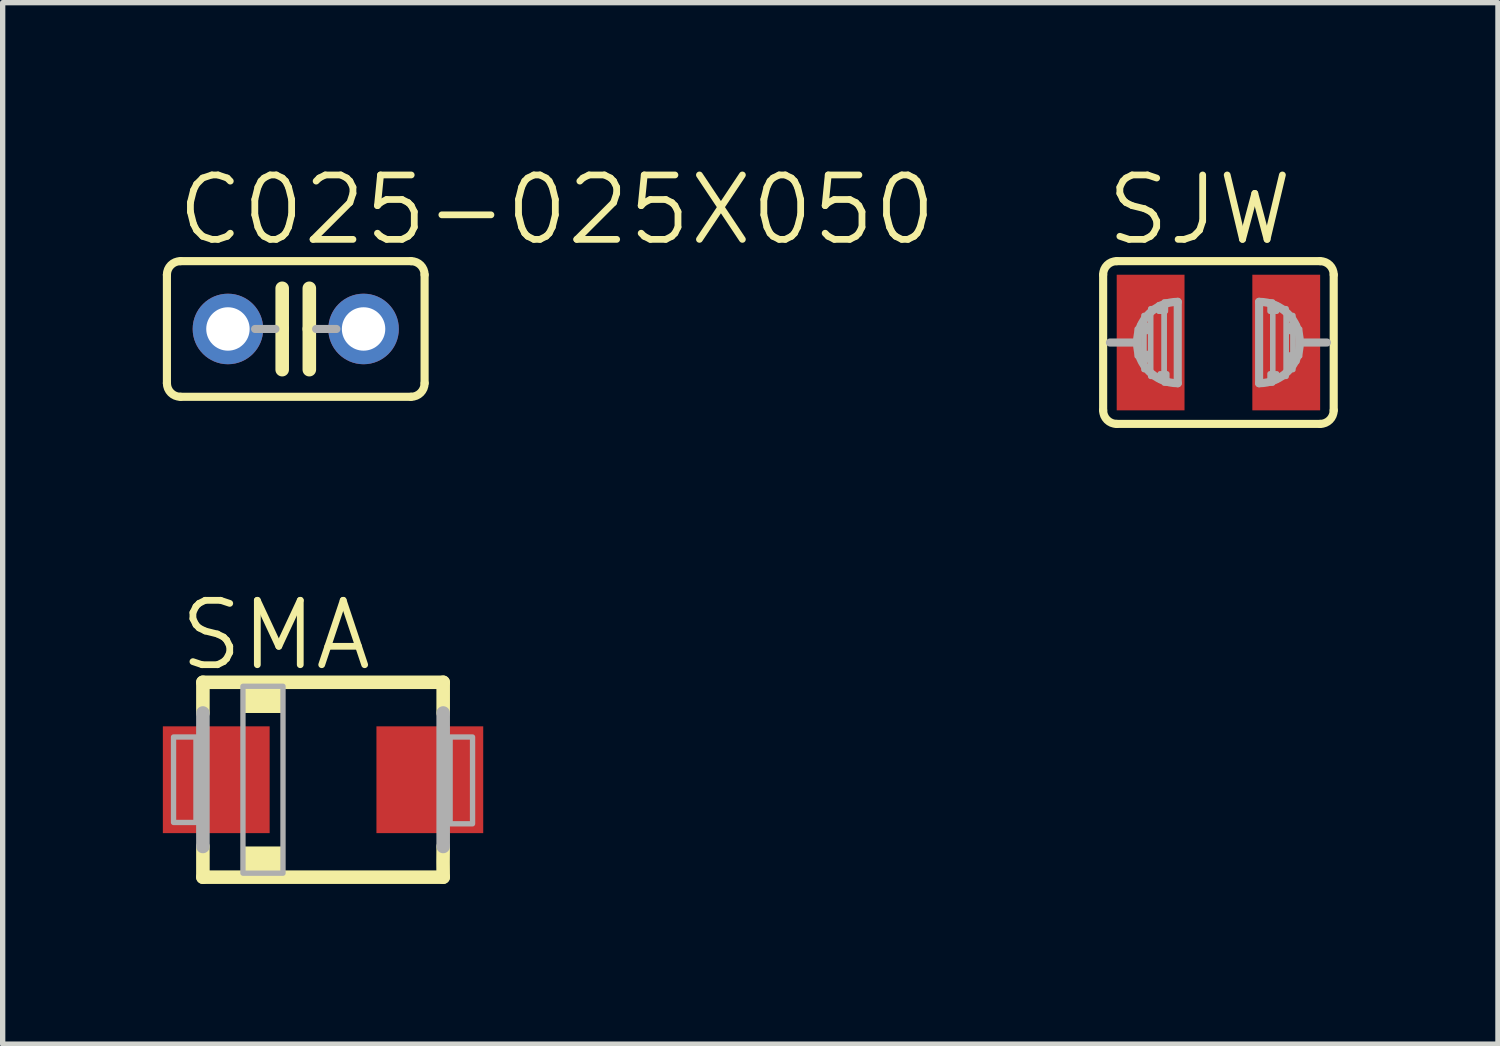
<source format=kicad_pcb>
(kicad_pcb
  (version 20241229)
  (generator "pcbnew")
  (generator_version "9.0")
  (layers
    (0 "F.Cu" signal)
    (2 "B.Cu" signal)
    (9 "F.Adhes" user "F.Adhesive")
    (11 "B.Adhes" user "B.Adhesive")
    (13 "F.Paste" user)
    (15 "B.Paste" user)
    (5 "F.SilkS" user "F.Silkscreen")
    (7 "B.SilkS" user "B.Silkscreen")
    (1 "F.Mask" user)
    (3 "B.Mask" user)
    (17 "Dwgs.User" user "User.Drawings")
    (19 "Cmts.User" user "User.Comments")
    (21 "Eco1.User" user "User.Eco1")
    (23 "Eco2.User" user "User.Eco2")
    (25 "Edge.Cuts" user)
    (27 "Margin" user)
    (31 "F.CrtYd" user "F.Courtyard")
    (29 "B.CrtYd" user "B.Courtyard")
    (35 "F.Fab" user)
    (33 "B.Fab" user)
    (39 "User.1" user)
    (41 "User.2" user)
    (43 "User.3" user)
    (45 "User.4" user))
  (footprint "SMA"
    (layer "F.Cu")
    (at 3 11.553)
    (property "Reference" "SMA" (at -2.75 -2 0) (layer "F.SilkS") (effects (font (size 1.206 1.206) (thickness 0.127)) (justify left bottom)))
    (attr through_hole)
    (fp_line (start -2.25 -1.825) (end -2.25 -1.25) (stroke (width 0.254) (type solid)) (layer "F.SilkS"))
    (fp_line (start -2.25 -1.825) (end 2.25 -1.825) (stroke (width 0.254) (type solid)) (layer "F.SilkS"))
    (fp_line (start -2.25 1.825) (end -2.25 1.25) (stroke (width 0.254) (type solid)) (layer "F.SilkS"))
    (fp_line (start 2.25 -1.825) (end 2.25 -1.25) (stroke (width 0.254) (type solid)) (layer "F.SilkS"))
    (fp_line (start 2.25 1.825) (end -2.25 1.825) (stroke (width 0.254) (type solid)) (layer "F.SilkS"))
    (fp_arc (start 2.25 1.825) (mid 2.247611 1.5375) (end 2.25 1.25) (stroke (width 0.254) (type solid)) (layer "F.SilkS"))
    (fp_poly (pts (xy -1.5 -1.25) (xy -0.75 -1.25) (xy -0.75 -1.75) (xy -1.5 -1.75)) (stroke (width 0) (type solid)) (fill yes) (layer "F.SilkS"))
    (fp_poly (pts (xy -1.5 1.75) (xy -0.75 1.75) (xy -0.75 1.25) (xy -1.5 1.25)) (stroke (width 0) (type solid)) (fill yes) (layer "F.SilkS"))
    (fp_line (start -2.25 1.25) (end -2.25 -1.25) (stroke (width 0.254) (type solid)) (layer "F.Fab"))
    (fp_line (start 2.25 -1.25) (end 2.25 1.25) (stroke (width 0.254) (type solid)) (layer "F.Fab"))
    (fp_poly (pts (xy -2.8 0.8) (xy -2.38 0.8) (xy -2.38 -0.8) (xy -2.8 -0.8)) (stroke (width 0.1) (type solid)) (fill no) (layer "F.Fab"))
    (fp_poly (pts (xy -1.5 1.75) (xy -0.75 1.75) (xy -0.75 -1.75) (xy -1.5 -1.75)) (stroke (width 0.1) (type solid)) (fill no) (layer "F.Fab"))
    (fp_poly (pts (xy 2.38 0.825) (xy 2.8 0.825) (xy 2.8 -0.8) (xy 2.38 -0.8)) (stroke (width 0.1) (type solid)) (fill no) (layer "F.Fab"))
    (pad "A" smd rect (at 2 0) (size 2 2) (layers "F.Cu" "F.Mask" "F.Paste"))
    (pad "C" smd rect (at -2 0) (size 2 2) (layers "F.Cu" "F.Mask" "F.Paste")))
  (footprint "SJW"
    (layer "F.Cu")
    (at 19.769 3.365)
    (property "Reference" "SJW" (at -2.159 -1.778 0) (layer "F.SilkS") (effects (font (size 1.206 1.206) (thickness 0.127)) (justify left bottom)))
    (attr through_hole)
    (fp_line (start -2.159 1.27) (end -2.159 -1.27) (stroke (width 0.152) (type solid)) (layer "F.SilkS"))
    (fp_line (start -1.905 -1.524) (end 1.905 -1.524) (stroke (width 0.152) (type solid)) (layer "F.SilkS"))
    (fp_line (start 1.905 1.524) (end -1.905 1.524) (stroke (width 0.152) (type solid)) (layer "F.SilkS"))
    (fp_line (start 2.159 1.27) (end 2.159 -1.27) (stroke (width 0.152) (type solid)) (layer "F.SilkS"))
    (fp_arc (start -2.159 -1.27) (mid -2.084605 -1.449605) (end -1.905 -1.524) (stroke (width 0.1524) (type solid)) (layer "F.SilkS"))
    (fp_arc (start -1.905 1.524) (mid -2.084605 1.449605) (end -2.159 1.27) (stroke (width 0.1524) (type solid)) (layer "F.SilkS"))
    (fp_arc (start 1.905 -1.524) (mid 2.084605 -1.449605) (end 2.159 -1.27) (stroke (width 0.1524) (type solid)) (layer "F.SilkS"))
    (fp_arc (start 2.159 1.27) (mid 2.084605 1.449605) (end 1.905 1.524) (stroke (width 0.1524) (type solid)) (layer "F.SilkS"))
    (fp_line (start -1.524 0) (end -2.032 0) (stroke (width 0.152) (type solid)) (layer "F.Fab"))
    (fp_line (start -0.762 -0.762) (end -0.762 0.762) (stroke (width 0.152) (type solid)) (layer "F.Fab"))
    (fp_line (start 0.762 -0.762) (end 0.762 0.762) (stroke (width 0.152) (type solid)) (layer "F.Fab"))
    (fp_line (start 1.524 0) (end 2.032 0) (stroke (width 0.152) (type solid)) (layer "F.Fab"))
    (fp_arc (start -0.762 0.762) (mid -1.524 0) (end -0.762 -0.762) (stroke (width 0.1524) (type solid)) (layer "F.Fab"))
    (fp_arc (start 0.762 -0.762) (mid 1.524 0) (end 0.762 0.762) (stroke (width 0.1524) (type solid)) (layer "F.Fab"))
    (fp_poly (pts (xy -1.524 0.254) (xy -1.397 0.254) (xy -1.397 -0.254) (xy -1.524 -0.254)) (stroke (width 0.1) (type solid)) (fill no) (layer "F.Fab"))
    (fp_poly (pts (xy -1.473 -0.203) (xy -1.346 -0.203) (xy -1.346 -0.33) (xy -1.473 -0.33)) (stroke (width 0.1) (type solid)) (fill no) (layer "F.Fab"))
    (fp_poly (pts (xy -1.448 0.33) (xy -1.321 0.33) (xy -1.321 0.203) (xy -1.448 0.203)) (stroke (width 0.1) (type solid)) (fill no) (layer "F.Fab"))
    (fp_poly (pts (xy -1.397 0.508) (xy -1.27 0.508) (xy -1.27 -0.508) (xy -1.397 -0.508)) (stroke (width 0.1) (type solid)) (fill no) (layer "F.Fab"))
    (fp_poly (pts (xy -1.27 0.635) (xy -1.016 0.635) (xy -1.016 -0.635) (xy -1.27 -0.635)) (stroke (width 0.1) (type solid)) (fill no) (layer "F.Fab"))
    (fp_poly (pts (xy -1.118 -0.584) (xy -0.991 -0.584) (xy -0.991 -0.711) (xy -1.118 -0.711)) (stroke (width 0.1) (type solid)) (fill no) (layer "F.Fab"))
    (fp_poly (pts (xy -1.092 0.711) (xy -0.965 0.711) (xy -0.965 0.584) (xy -1.092 0.584)) (stroke (width 0.1) (type solid)) (fill no) (layer "F.Fab"))
    (fp_poly (pts (xy -1.016 0.762) (xy -0.762 0.762) (xy -0.762 -0.762) (xy -1.016 -0.762)) (stroke (width 0.1) (type solid)) (fill no) (layer "F.Fab"))
    (fp_poly (pts (xy 0.762 0.762) (xy 1.016 0.762) (xy 1.016 -0.762) (xy 0.762 -0.762)) (stroke (width 0.1) (type solid)) (fill no) (layer "F.Fab"))
    (fp_poly (pts (xy 0.965 -0.584) (xy 1.092 -0.584) (xy 1.092 -0.711) (xy 0.965 -0.711)) (stroke (width 0.1) (type solid)) (fill no) (layer "F.Fab"))
    (fp_poly (pts (xy 0.965 0.711) (xy 1.092 0.711) (xy 1.092 0.584) (xy 0.965 0.584)) (stroke (width 0.1) (type solid)) (fill no) (layer "F.Fab"))
    (fp_poly (pts (xy 1.016 0.635) (xy 1.27 0.635) (xy 1.27 -0.635) (xy 1.016 -0.635)) (stroke (width 0.1) (type solid)) (fill no) (layer "F.Fab"))
    (fp_poly (pts (xy 1.27 0.508) (xy 1.397 0.508) (xy 1.397 -0.508) (xy 1.27 -0.508)) (stroke (width 0.1) (type solid)) (fill no) (layer "F.Fab"))
    (fp_poly (pts (xy 1.346 -0.203) (xy 1.473 -0.203) (xy 1.473 -0.33) (xy 1.346 -0.33)) (stroke (width 0.1) (type solid)) (fill no) (layer "F.Fab"))
    (fp_poly (pts (xy 1.346 0.356) (xy 1.473 0.356) (xy 1.473 0.229) (xy 1.346 0.229)) (stroke (width 0.1) (type solid)) (fill no) (layer "F.Fab"))
    (fp_poly (pts (xy 1.397 0.254) (xy 1.524 0.254) (xy 1.524 -0.254) (xy 1.397 -0.254)) (stroke (width 0.1) (type solid)) (fill no) (layer "F.Fab"))
    (pad "1" smd rect (at -1.27 0) (size 1.27 2.54) (layers "F.Cu" "F.Mask" "F.Paste"))
    (pad "2" smd rect (at 1.27 0) (size 1.27 2.54) (layers "F.Cu" "F.Mask" "F.Paste")))
  (footprint "C025-025X050"
    (layer "F.Cu")
    (at 2.489 3.111)
    (property "Reference" "C025-025X050" (at -2.286 -1.524 0) (layer "F.SilkS") (effects (font (size 1.206 1.206) (thickness 0.127)) (justify left bottom)))
    (attr through_hole)
    (fp_line (start -2.413 -1.016) (end -2.413 1.016) (stroke (width 0.152) (type solid)) (layer "F.SilkS"))
    (fp_line (start -2.159 -1.27) (end 2.159 -1.27) (stroke (width 0.152) (type solid)) (layer "F.SilkS"))
    (fp_line (start -0.254 -0.762) (end -0.254 0) (stroke (width 0.254) (type solid)) (layer "F.SilkS"))
    (fp_line (start -0.254 0) (end -0.381 0) (stroke (width 0.152) (type solid)) (layer "F.SilkS"))
    (fp_line (start -0.254 0) (end -0.254 0.762) (stroke (width 0.254) (type solid)) (layer "F.SilkS"))
    (fp_line (start 0.254 0) (end 0.254 -0.762) (stroke (width 0.254) (type solid)) (layer "F.SilkS"))
    (fp_line (start 0.254 0) (end 0.254 0.762) (stroke (width 0.254) (type solid)) (layer "F.SilkS"))
    (fp_line (start 0.381 0) (end 0.254 0) (stroke (width 0.152) (type solid)) (layer "F.SilkS"))
    (fp_line (start 2.159 1.27) (end -2.159 1.27) (stroke (width 0.152) (type solid)) (layer "F.SilkS"))
    (fp_line (start 2.413 -1.016) (end 2.413 1.016) (stroke (width 0.152) (type solid)) (layer "F.SilkS"))
    (fp_arc (start -2.413 -1.016) (mid -2.338605 -1.195605) (end -2.159 -1.27) (stroke (width 0.1524) (type solid)) (layer "F.SilkS"))
    (fp_arc (start -2.159 1.27) (mid -2.338605 1.195605) (end -2.413 1.016) (stroke (width 0.1524) (type solid)) (layer "F.SilkS"))
    (fp_arc (start 2.159 -1.27) (mid 2.338605 -1.195605) (end 2.413 -1.016) (stroke (width 0.1524) (type solid)) (layer "F.SilkS"))
    (fp_arc (start 2.413 1.016) (mid 2.338605 1.195605) (end 2.159 1.27) (stroke (width 0.1524) (type solid)) (layer "F.SilkS"))
    (fp_line (start -0.381 0) (end -0.762 0) (stroke (width 0.152) (type solid)) (layer "F.Fab"))
    (fp_line (start 0.762 0) (end 0.381 0) (stroke (width 0.152) (type solid)) (layer "F.Fab"))
    (pad "1" thru_hole circle (at -1.27 0) (size 1.321 1.321) (drill 0.813) (layers "*.Cu" "*.Mask"))
    (pad "2" thru_hole circle (at 1.27 0) (size 1.321 1.321) (drill 0.813) (layers "*.Cu" "*.Mask")))
  (gr_rect
    (start -3 -3)
    (end 25.004 16.505)
    (stroke (width 0.1) (type default))
    (fill no)
    (layer "Edge.Cuts")))
</source>
